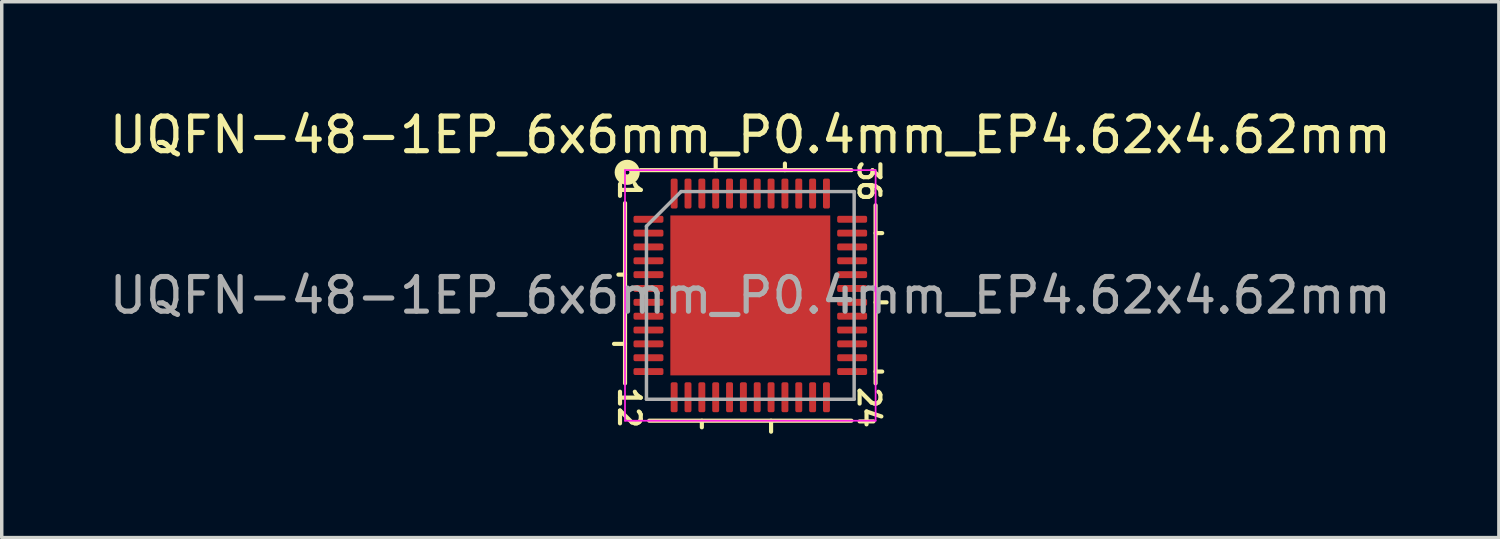
<source format=kicad_pcb>
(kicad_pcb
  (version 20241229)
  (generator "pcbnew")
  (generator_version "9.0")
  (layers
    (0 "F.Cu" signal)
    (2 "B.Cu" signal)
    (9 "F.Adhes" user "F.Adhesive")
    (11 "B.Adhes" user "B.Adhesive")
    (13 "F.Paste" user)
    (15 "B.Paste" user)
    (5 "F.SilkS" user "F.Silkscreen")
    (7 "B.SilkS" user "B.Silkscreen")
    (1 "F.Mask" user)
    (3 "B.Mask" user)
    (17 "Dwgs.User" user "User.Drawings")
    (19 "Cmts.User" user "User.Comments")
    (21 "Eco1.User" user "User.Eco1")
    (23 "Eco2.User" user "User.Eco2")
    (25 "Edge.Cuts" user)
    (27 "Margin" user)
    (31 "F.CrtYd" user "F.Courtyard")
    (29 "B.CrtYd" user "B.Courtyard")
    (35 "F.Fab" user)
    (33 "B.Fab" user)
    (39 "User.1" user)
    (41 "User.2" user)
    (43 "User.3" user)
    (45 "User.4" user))
  (footprint "UQFN-48-1EP_6x6mm_P0.4mm_EP4.62x4.62mm"
    (layer "F.Cu")
    (at 18.625 5.484)
    (property "Reference" "UQFN-48-1EP_6x6mm_P0.4mm_EP4.62x4.62mm" (at 0 -4.636 0) (layer "F.SilkS") (effects (font (size 1 1) (thickness 0.15))))
    (attr smd)
    (fp_line (start -3.619 -2.667) (end -3.619 2.54) (stroke (width 0.12) (type solid)) (layer "F.SilkS"))
    (fp_line (start -3.619 -0.6) (end -3.81 -0.6) (stroke (width 0.12) (type solid)) (layer "F.SilkS"))
    (fp_line (start -3.619 1.4) (end -3.937 1.4) (stroke (width 0.12) (type solid)) (layer "F.SilkS"))
    (fp_line (start -2.921 3.619) (end 2.921 3.619) (stroke (width 0.12) (type solid)) (layer "F.SilkS"))
    (fp_line (start -1.4 3.81) (end -1.4 3.619) (stroke (width 0.12) (type solid)) (layer "F.SilkS"))
    (fp_line (start -1 -3.619) (end -1 -3.937) (stroke (width 0.12) (type solid)) (layer "F.SilkS"))
    (fp_line (start 0.6 3.619) (end 0.6 3.937) (stroke (width 0.12) (type solid)) (layer "F.SilkS"))
    (fp_line (start 1 -3.619) (end 1 -3.81) (stroke (width 0.12) (type solid)) (layer "F.SilkS"))
    (fp_line (start 2.921 -3.619) (end -3.175 -3.619) (stroke (width 0.12) (type solid)) (layer "F.SilkS"))
    (fp_line (start 3.619 -1.8) (end 3.81 -1.8) (stroke (width 0.12) (type solid)) (layer "F.SilkS"))
    (fp_line (start 3.619 0.2) (end 3.937 0.2) (stroke (width 0.12) (type solid)) (layer "F.SilkS"))
    (fp_line (start 3.619 2.2) (end 3.81 2.2) (stroke (width 0.12) (type solid)) (layer "F.SilkS"))
    (fp_line (start 3.619 2.54) (end 3.619 -2.603) (stroke (width 0.12) (type solid)) (layer "F.SilkS"))
    (fp_circle (center -3.556 -3.556) (end -3.493 -3.556) (stroke (width 0.3) (type solid)) (fill no) (layer "F.SilkS"))
    (fp_line (start -3.62 -3.62) (end -3.62 3.62) (stroke (width 0.05) (type solid)) (layer "F.CrtYd"))
    (fp_line (start -3.62 3.62) (end 3.62 3.62) (stroke (width 0.05) (type solid)) (layer "F.CrtYd"))
    (fp_line (start 3.62 -3.62) (end -3.62 -3.62) (stroke (width 0.05) (type solid)) (layer "F.CrtYd"))
    (fp_line (start 3.62 3.62) (end 3.62 -3.62) (stroke (width 0.05) (type solid)) (layer "F.CrtYd"))
    (fp_line (start -3 -2) (end -2 -3) (stroke (width 0.1) (type solid)) (layer "F.Fab"))
    (fp_line (start -3 3) (end -3 -2) (stroke (width 0.1) (type solid)) (layer "F.Fab"))
    (fp_line (start -2 -3) (end 3 -3) (stroke (width 0.1) (type solid)) (layer "F.Fab"))
    (fp_line (start 3 -3) (end 3 3) (stroke (width 0.1) (type solid)) (layer "F.Fab"))
    (fp_line (start 3 3) (end -3 3) (stroke (width 0.1) (type solid)) (layer "F.Fab"))
    (fp_text user "1" (at -3.493 -3.048 270) (unlocked yes) (layer "F.SilkS") (effects (font (size 0.6 0.6) (thickness 0.12))))
    (fp_text user "36" (at 3.429 -3.302 270) (unlocked yes) (layer "F.SilkS") (effects (font (size 0.6 0.6) (thickness 0.12))))
    (fp_text user "12" (at -3.493 3.239 270) (unlocked yes) (layer "F.SilkS") (effects (font (size 0.6 0.6) (thickness 0.12))))
    (fp_text user "24" (at 3.429 3.239 270) (unlocked yes) (layer "F.SilkS") (effects (font (size 0.6 0.6) (thickness 0.12))))
    (fp_text user "${REFERENCE}" (at 0 0 0) (layer "F.Fab") (effects (font (size 1 1) (thickness 0.15))))
    (pad "" smd roundrect (at -1.155 -1.155) (size 1.86 1.86) (layers "F.Paste") (roundrect_rratio 0.134))
    (pad "" smd roundrect (at -1.155 1.155) (size 1.86 1.86) (layers "F.Paste") (roundrect_rratio 0.134))
    (pad "" smd roundrect (at 1.155 -1.155) (size 1.86 1.86) (layers "F.Paste") (roundrect_rratio 0.134))
    (pad "" smd roundrect (at 1.155 1.155) (size 1.86 1.86) (layers "F.Paste") (roundrect_rratio 0.134))
    (pad "1" smd roundrect (at -2.942 -2.2) (size 0.865 0.2) (layers "F.Cu" "F.Mask" "F.Paste") (roundrect_rratio 0.25))
    (pad "2" smd roundrect (at -2.942 -1.8) (size 0.865 0.2) (layers "F.Cu" "F.Mask" "F.Paste") (roundrect_rratio 0.25))
    (pad "3" smd roundrect (at -2.942 -1.4) (size 0.865 0.2) (layers "F.Cu" "F.Mask" "F.Paste") (roundrect_rratio 0.25))
    (pad "4" smd roundrect (at -2.942 -1) (size 0.865 0.2) (layers "F.Cu" "F.Mask" "F.Paste") (roundrect_rratio 0.25))
    (pad "5" smd roundrect (at -2.942 -0.6) (size 0.865 0.2) (layers "F.Cu" "F.Mask" "F.Paste") (roundrect_rratio 0.25))
    (pad "6" smd roundrect (at -2.942 -0.2) (size 0.865 0.2) (layers "F.Cu" "F.Mask" "F.Paste") (roundrect_rratio 0.25))
    (pad "7" smd roundrect (at -2.942 0.2) (size 0.865 0.2) (layers "F.Cu" "F.Mask" "F.Paste") (roundrect_rratio 0.25))
    (pad "8" smd roundrect (at -2.942 0.6) (size 0.865 0.2) (layers "F.Cu" "F.Mask" "F.Paste") (roundrect_rratio 0.25))
    (pad "9" smd roundrect (at -2.942 1) (size 0.865 0.2) (layers "F.Cu" "F.Mask" "F.Paste") (roundrect_rratio 0.25))
    (pad "10" smd roundrect (at -2.942 1.4) (size 0.865 0.2) (layers "F.Cu" "F.Mask" "F.Paste") (roundrect_rratio 0.25))
    (pad "11" smd roundrect (at -2.942 1.8) (size 0.865 0.2) (layers "F.Cu" "F.Mask" "F.Paste") (roundrect_rratio 0.25))
    (pad "12" smd roundrect (at -2.942 2.2) (size 0.865 0.2) (layers "F.Cu" "F.Mask" "F.Paste") (roundrect_rratio 0.25))
    (pad "13" smd roundrect (at -2.2 2.942) (size 0.2 0.865) (layers "F.Cu" "F.Mask" "F.Paste") (roundrect_rratio 0.25))
    (pad "14" smd roundrect (at -1.8 2.942) (size 0.2 0.865) (layers "F.Cu" "F.Mask" "F.Paste") (roundrect_rratio 0.25))
    (pad "15" smd roundrect (at -1.4 2.942) (size 0.2 0.865) (layers "F.Cu" "F.Mask" "F.Paste") (roundrect_rratio 0.25))
    (pad "16" smd roundrect (at -1 2.942) (size 0.2 0.865) (layers "F.Cu" "F.Mask" "F.Paste") (roundrect_rratio 0.25))
    (pad "17" smd roundrect (at -0.6 2.942) (size 0.2 0.865) (layers "F.Cu" "F.Mask" "F.Paste") (roundrect_rratio 0.25))
    (pad "18" smd roundrect (at -0.2 2.942) (size 0.2 0.865) (layers "F.Cu" "F.Mask" "F.Paste") (roundrect_rratio 0.25))
    (pad "19" smd roundrect (at 0.2 2.942) (size 0.2 0.865) (layers "F.Cu" "F.Mask" "F.Paste") (roundrect_rratio 0.25))
    (pad "20" smd roundrect (at 0.6 2.942) (size 0.2 0.865) (layers "F.Cu" "F.Mask" "F.Paste") (roundrect_rratio 0.25))
    (pad "21" smd roundrect (at 1 2.942) (size 0.2 0.865) (layers "F.Cu" "F.Mask" "F.Paste") (roundrect_rratio 0.25))
    (pad "22" smd roundrect (at 1.4 2.942) (size 0.2 0.865) (layers "F.Cu" "F.Mask" "F.Paste") (roundrect_rratio 0.25))
    (pad "23" smd roundrect (at 1.8 2.942) (size 0.2 0.865) (layers "F.Cu" "F.Mask" "F.Paste") (roundrect_rratio 0.25))
    (pad "24" smd roundrect (at 2.2 2.942) (size 0.2 0.865) (layers "F.Cu" "F.Mask" "F.Paste") (roundrect_rratio 0.25))
    (pad "25" smd roundrect (at 2.942 2.2) (size 0.865 0.2) (layers "F.Cu" "F.Mask" "F.Paste") (roundrect_rratio 0.25))
    (pad "26" smd roundrect (at 2.942 1.8) (size 0.865 0.2) (layers "F.Cu" "F.Mask" "F.Paste") (roundrect_rratio 0.25))
    (pad "27" smd roundrect (at 2.942 1.4) (size 0.865 0.2) (layers "F.Cu" "F.Mask" "F.Paste") (roundrect_rratio 0.25))
    (pad "28" smd roundrect (at 2.942 1) (size 0.865 0.2) (layers "F.Cu" "F.Mask" "F.Paste") (roundrect_rratio 0.25))
    (pad "29" smd roundrect (at 2.942 0.6) (size 0.865 0.2) (layers "F.Cu" "F.Mask" "F.Paste") (roundrect_rratio 0.25))
    (pad "30" smd roundrect (at 2.942 0.2) (size 0.865 0.2) (layers "F.Cu" "F.Mask" "F.Paste") (roundrect_rratio 0.25))
    (pad "31" smd roundrect (at 2.942 -0.2) (size 0.865 0.2) (layers "F.Cu" "F.Mask" "F.Paste") (roundrect_rratio 0.25))
    (pad "32" smd roundrect (at 2.942 -0.6) (size 0.865 0.2) (layers "F.Cu" "F.Mask" "F.Paste") (roundrect_rratio 0.25))
    (pad "33" smd roundrect (at 2.942 -1) (size 0.865 0.2) (layers "F.Cu" "F.Mask" "F.Paste") (roundrect_rratio 0.25))
    (pad "34" smd roundrect (at 2.942 -1.4) (size 0.865 0.2) (layers "F.Cu" "F.Mask" "F.Paste") (roundrect_rratio 0.25))
    (pad "35" smd roundrect (at 2.942 -1.8) (size 0.865 0.2) (layers "F.Cu" "F.Mask" "F.Paste") (roundrect_rratio 0.25))
    (pad "36" smd roundrect (at 2.942 -2.2) (size 0.865 0.2) (layers "F.Cu" "F.Mask" "F.Paste") (roundrect_rratio 0.25))
    (pad "37" smd roundrect (at 2.2 -2.942) (size 0.2 0.865) (layers "F.Cu" "F.Mask" "F.Paste") (roundrect_rratio 0.25))
    (pad "38" smd roundrect (at 1.8 -2.942) (size 0.2 0.865) (layers "F.Cu" "F.Mask" "F.Paste") (roundrect_rratio 0.25))
    (pad "39" smd roundrect (at 1.4 -2.942) (size 0.2 0.865) (layers "F.Cu" "F.Mask" "F.Paste") (roundrect_rratio 0.25))
    (pad "40" smd roundrect (at 1 -2.942) (size 0.2 0.865) (layers "F.Cu" "F.Mask" "F.Paste") (roundrect_rratio 0.25))
    (pad "41" smd roundrect (at 0.6 -2.942) (size 0.2 0.865) (layers "F.Cu" "F.Mask" "F.Paste") (roundrect_rratio 0.25))
    (pad "42" smd roundrect (at 0.2 -2.942) (size 0.2 0.865) (layers "F.Cu" "F.Mask" "F.Paste") (roundrect_rratio 0.25))
    (pad "43" smd roundrect (at -0.2 -2.942) (size 0.2 0.865) (layers "F.Cu" "F.Mask" "F.Paste") (roundrect_rratio 0.25))
    (pad "44" smd roundrect (at -0.6 -2.942) (size 0.2 0.865) (layers "F.Cu" "F.Mask" "F.Paste") (roundrect_rratio 0.25))
    (pad "45" smd roundrect (at -1 -2.942) (size 0.2 0.865) (layers "F.Cu" "F.Mask" "F.Paste") (roundrect_rratio 0.25))
    (pad "46" smd roundrect (at -1.4 -2.942) (size 0.2 0.865) (layers "F.Cu" "F.Mask" "F.Paste") (roundrect_rratio 0.25))
    (pad "47" smd roundrect (at -1.8 -2.942) (size 0.2 0.865) (layers "F.Cu" "F.Mask" "F.Paste") (roundrect_rratio 0.25))
    (pad "48" smd roundrect (at -2.2 -2.942) (size 0.2 0.865) (layers "F.Cu" "F.Mask" "F.Paste") (roundrect_rratio 0.25))
    (pad "49" smd rect (at 0 0) (size 4.62 4.62) (layers "F.Cu" "F.Mask")))
  (gr_rect
    (start -3 -3)
    (end 40.25 12.481)
    (stroke (width 0.1) (type default))
    (fill no)
    (layer "Edge.Cuts")))
</source>
